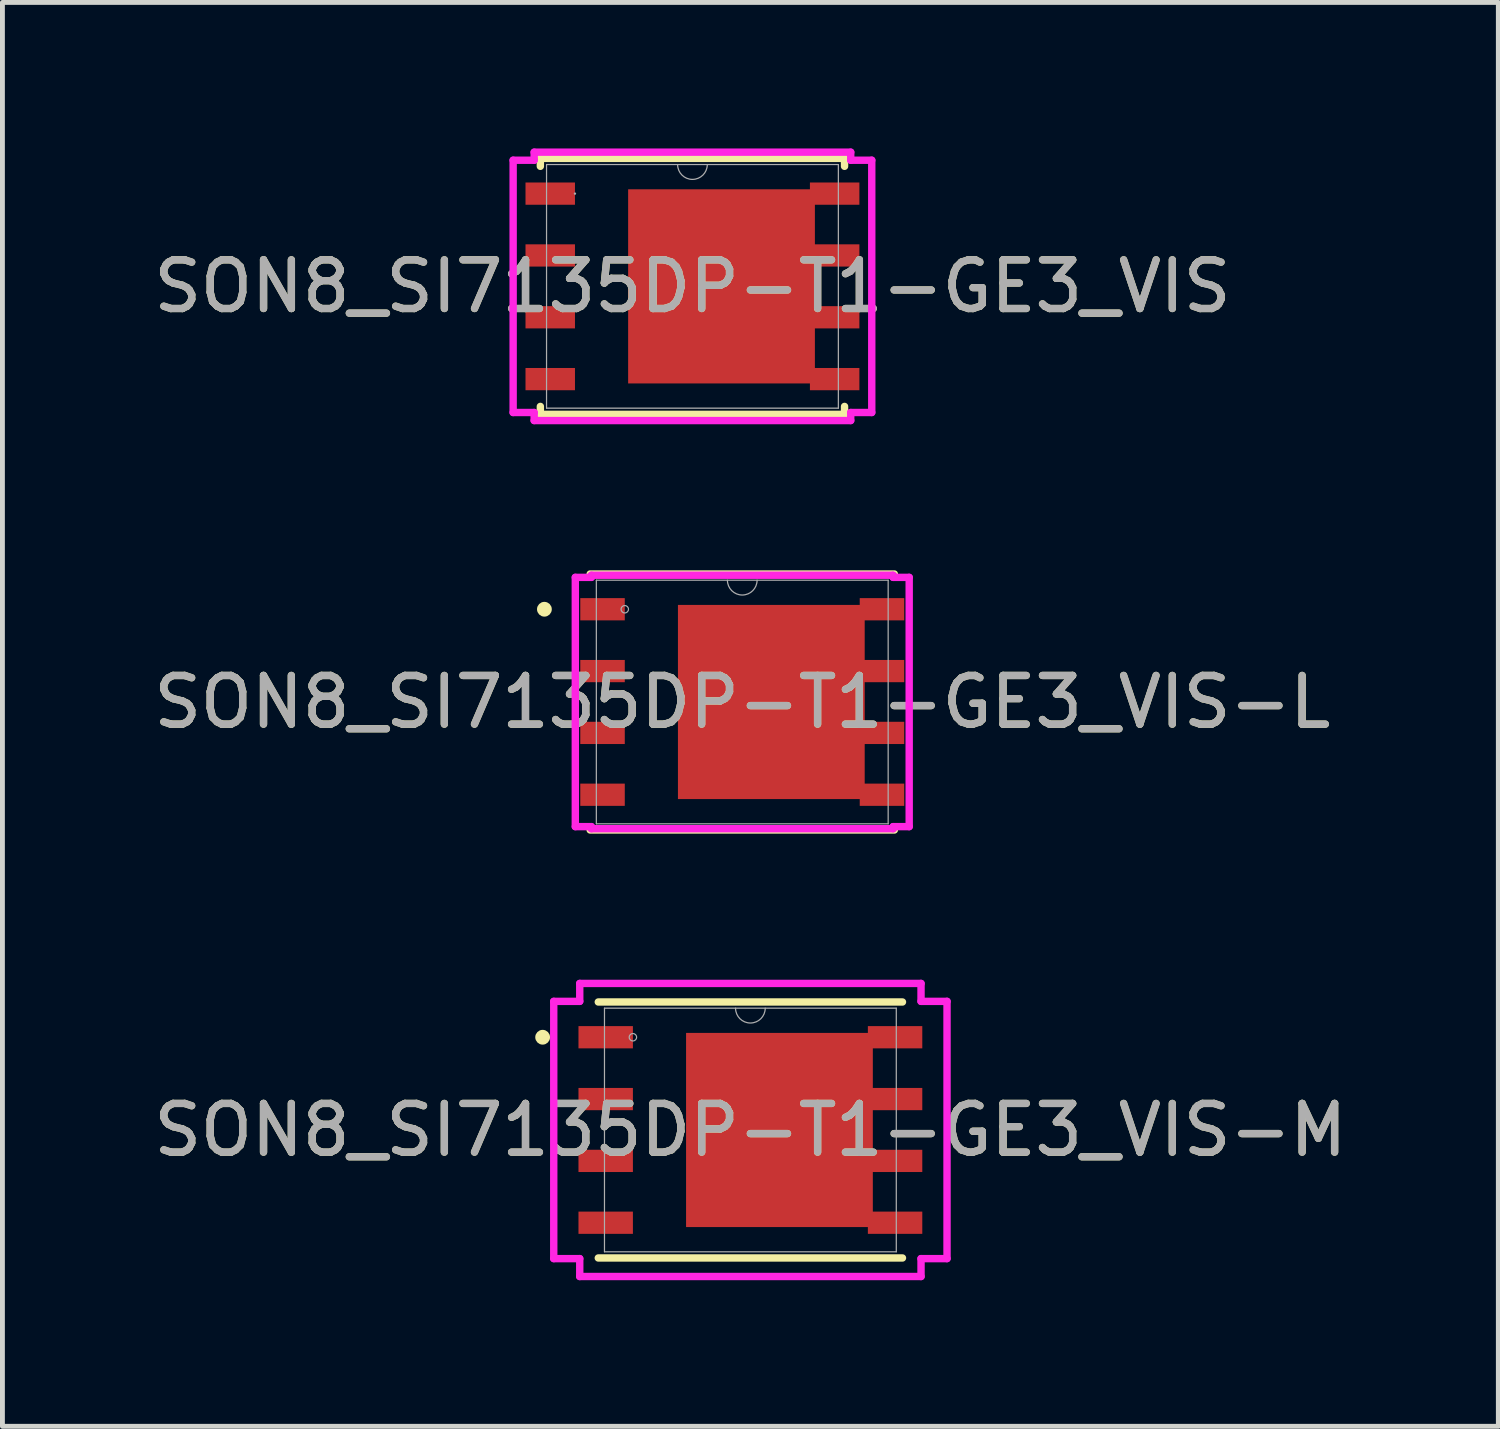
<source format=kicad_pcb>
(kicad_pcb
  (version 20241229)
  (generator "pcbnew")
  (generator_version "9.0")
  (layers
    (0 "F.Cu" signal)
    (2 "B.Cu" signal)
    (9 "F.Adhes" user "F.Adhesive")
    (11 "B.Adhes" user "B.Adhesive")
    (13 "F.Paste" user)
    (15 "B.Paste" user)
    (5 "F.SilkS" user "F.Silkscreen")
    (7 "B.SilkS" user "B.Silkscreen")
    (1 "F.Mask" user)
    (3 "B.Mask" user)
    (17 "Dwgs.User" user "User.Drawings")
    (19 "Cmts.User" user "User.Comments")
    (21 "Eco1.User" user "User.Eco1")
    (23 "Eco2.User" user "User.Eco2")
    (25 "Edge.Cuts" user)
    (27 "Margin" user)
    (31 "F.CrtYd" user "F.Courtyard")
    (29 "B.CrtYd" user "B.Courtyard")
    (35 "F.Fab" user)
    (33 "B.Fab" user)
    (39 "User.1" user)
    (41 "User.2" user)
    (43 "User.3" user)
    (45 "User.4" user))
  (footprint "SON8_SI7135DP-T1-GE3_VIS-L"
    (layer "F.Cu")
    (at 12.196 11.369)
    (property "Reference" "SON8_SI7135DP-T1-GE3_VIS-L" (at 0 0 0) (unlocked yes) (layer "F.SilkS") (effects (font (size 1 1) (thickness 0.15))))
    (attr smd)
    (fp_poly (pts (xy 2.515 -1.994) (xy 2.515 1.994) (xy -1.321 1.994) (xy -1.321 -1.994)) (stroke (width 0) (type solid)) (fill yes) (layer "F.Cu"))
    (fp_line (start -3.124 2.629) (end 3.124 2.629) (stroke (width 0.152) (type solid)) (layer "F.SilkS"))
    (fp_line (start 3.124 -2.629) (end -3.124 -2.629) (stroke (width 0.152) (type solid)) (layer "F.SilkS"))
    (fp_circle (center -4.064 -1.905) (end -3.988 -1.905) (stroke (width 0.152) (type solid)) (fill no) (layer "F.SilkS"))
    (fp_poly (pts (xy -1.221 -1.894) (xy -1.221 -0.765) (xy -0.142 -0.765) (xy -0.142 -1.894)) (stroke (width 0) (type solid)) (fill yes) (layer "F.Paste"))
    (fp_poly (pts (xy -1.221 -0.565) (xy -1.221 0.565) (xy -0.142 0.565) (xy -0.142 -0.565)) (stroke (width 0) (type solid)) (fill yes) (layer "F.Paste"))
    (fp_poly (pts (xy -1.221 0.765) (xy -1.221 1.894) (xy -0.142 1.894) (xy -0.142 0.765)) (stroke (width 0) (type solid)) (fill yes) (layer "F.Paste"))
    (fp_poly (pts (xy 0.058 -1.894) (xy 0.058 -0.765) (xy 1.136 -0.765) (xy 1.136 -1.894)) (stroke (width 0) (type solid)) (fill yes) (layer "F.Paste"))
    (fp_poly (pts (xy 0.058 -0.565) (xy 0.058 0.565) (xy 1.136 0.565) (xy 1.136 -0.565)) (stroke (width 0) (type solid)) (fill yes) (layer "F.Paste"))
    (fp_poly (pts (xy 0.058 0.765) (xy 0.058 1.894) (xy 1.136 1.894) (xy 1.136 0.765)) (stroke (width 0) (type solid)) (fill yes) (layer "F.Paste"))
    (fp_poly (pts (xy 1.336 -1.894) (xy 1.336 -0.765) (xy 2.415 -0.765) (xy 2.415 -1.894)) (stroke (width 0) (type solid)) (fill yes) (layer "F.Paste"))
    (fp_poly (pts (xy 1.336 -0.565) (xy 1.336 0.565) (xy 2.415 0.565) (xy 2.415 -0.565)) (stroke (width 0) (type solid)) (fill yes) (layer "F.Paste"))
    (fp_poly (pts (xy 1.336 0.765) (xy 1.336 1.894) (xy 2.415 1.894) (xy 2.415 0.765)) (stroke (width 0) (type solid)) (fill yes) (layer "F.Paste"))
    (fp_line (start -3.429 -2.56) (end -3.099 -2.56) (stroke (width 0.152) (type solid)) (layer "F.CrtYd"))
    (fp_line (start -3.429 2.56) (end -3.429 -2.56) (stroke (width 0.152) (type solid)) (layer "F.CrtYd"))
    (fp_line (start -3.429 2.56) (end -3.099 2.56) (stroke (width 0.152) (type solid)) (layer "F.CrtYd"))
    (fp_line (start -3.099 -2.603) (end 3.099 -2.603) (stroke (width 0.152) (type solid)) (layer "F.CrtYd"))
    (fp_line (start -3.099 -2.56) (end -3.099 -2.603) (stroke (width 0.152) (type solid)) (layer "F.CrtYd"))
    (fp_line (start -3.099 2.603) (end -3.099 2.56) (stroke (width 0.152) (type solid)) (layer "F.CrtYd"))
    (fp_line (start 3.099 -2.603) (end 3.099 -2.56) (stroke (width 0.152) (type solid)) (layer "F.CrtYd"))
    (fp_line (start 3.099 2.56) (end 3.099 2.603) (stroke (width 0.152) (type solid)) (layer "F.CrtYd"))
    (fp_line (start 3.099 2.603) (end -3.099 2.603) (stroke (width 0.152) (type solid)) (layer "F.CrtYd"))
    (fp_line (start 3.429 -2.56) (end 3.099 -2.56) (stroke (width 0.152) (type solid)) (layer "F.CrtYd"))
    (fp_line (start 3.429 -2.56) (end 3.429 2.56) (stroke (width 0.152) (type solid)) (layer "F.CrtYd"))
    (fp_line (start 3.429 2.56) (end 3.099 2.56) (stroke (width 0.152) (type solid)) (layer "F.CrtYd"))
    (fp_line (start -2.997 -2.502) (end -2.997 2.502) (stroke (width 0.025) (type solid)) (layer "F.Fab"))
    (fp_line (start -2.997 2.502) (end 2.997 2.502) (stroke (width 0.025) (type solid)) (layer "F.Fab"))
    (fp_line (start 2.997 -2.502) (end -2.997 -2.502) (stroke (width 0.025) (type solid)) (layer "F.Fab"))
    (fp_line (start 2.997 2.502) (end 2.997 -2.502) (stroke (width 0.025) (type solid)) (layer "F.Fab"))
    (fp_arc (start 0.3048 -2.5019) (mid 0 -2.1971) (end -0.3048 -2.5019) (stroke (width 0.0254) (type solid)) (layer "F.Fab"))
    (fp_circle (center -2.413 -1.905) (end -2.337 -1.905) (stroke (width 0.025) (type solid)) (fill no) (layer "F.Fab"))
    (fp_text user "${REFERENCE}" (at 0 0 0) (unlocked yes) (layer "F.Fab") (effects (font (size 1 1) (thickness 0.15))))
    (pad "1" smd rect (at -2.87 -1.905) (size 0.914 0.457) (layers "F.Cu" "F.Mask" "F.Paste"))
    (pad "2" smd rect (at -2.87 -0.635) (size 0.914 0.457) (layers "F.Cu" "F.Mask" "F.Paste"))
    (pad "3" smd rect (at -2.87 0.635) (size 0.914 0.457) (layers "F.Cu" "F.Mask" "F.Paste"))
    (pad "4" smd rect (at -2.87 1.905) (size 0.914 0.457) (layers "F.Cu" "F.Mask" "F.Paste"))
    (pad "5" smd rect (at 2.87 1.905) (size 0.914 0.457) (layers "F.Cu" "F.Mask" "F.Paste"))
    (pad "6" smd rect (at 2.87 0.635) (size 0.914 0.457) (layers "F.Cu" "F.Mask" "F.Paste"))
    (pad "7" smd rect (at 2.87 -0.635) (size 0.914 0.457) (layers "F.Cu" "F.Mask" "F.Paste"))
    (pad "8" smd rect (at 2.87 -1.905) (size 0.914 0.457) (layers "F.Cu" "F.Mask" "F.Paste")))
  (footprint "SON8_SI7135DP-T1-GE3_VIS"
    (layer "F.Cu")
    (at 11.173 2.832)
    (property "Reference" "SON8_SI7135DP-T1-GE3_VIS" (at 0 0 0) (unlocked yes) (layer "F.SilkS") (effects (font (size 1 1) (thickness 0.15))))
    (attr smd)
    (fp_poly (pts (xy 2.515 -1.994) (xy 2.515 1.994) (xy -1.321 1.994) (xy -1.321 -1.994)) (stroke (width 0) (type solid)) (fill yes) (layer "F.Cu"))
    (fp_line (start -3.124 -2.629) (end -3.124 -2.466) (stroke (width 0.152) (type solid)) (layer "F.SilkS"))
    (fp_line (start -3.124 2.466) (end -3.124 2.629) (stroke (width 0.152) (type solid)) (layer "F.SilkS"))
    (fp_line (start -3.124 2.629) (end 3.124 2.629) (stroke (width 0.152) (type solid)) (layer "F.SilkS"))
    (fp_line (start 3.124 -2.629) (end -3.124 -2.629) (stroke (width 0.152) (type solid)) (layer "F.SilkS"))
    (fp_line (start 3.124 -2.466) (end 3.124 -2.629) (stroke (width 0.152) (type solid)) (layer "F.SilkS"))
    (fp_line (start 3.124 2.629) (end 3.124 2.466) (stroke (width 0.152) (type solid)) (layer "F.SilkS"))
    (fp_poly (pts (xy -1.221 -1.894) (xy -1.221 -0.765) (xy -0.142 -0.765) (xy -0.142 -1.894)) (stroke (width 0) (type solid)) (fill yes) (layer "F.Paste"))
    (fp_poly (pts (xy -1.221 -0.565) (xy -1.221 0.565) (xy -0.142 0.565) (xy -0.142 -0.565)) (stroke (width 0) (type solid)) (fill yes) (layer "F.Paste"))
    (fp_poly (pts (xy -1.221 0.765) (xy -1.221 1.894) (xy -0.142 1.894) (xy -0.142 0.765)) (stroke (width 0) (type solid)) (fill yes) (layer "F.Paste"))
    (fp_poly (pts (xy 0.058 -1.894) (xy 0.058 -0.765) (xy 1.136 -0.765) (xy 1.136 -1.894)) (stroke (width 0) (type solid)) (fill yes) (layer "F.Paste"))
    (fp_poly (pts (xy 0.058 -0.565) (xy 0.058 0.565) (xy 1.136 0.565) (xy 1.136 -0.565)) (stroke (width 0) (type solid)) (fill yes) (layer "F.Paste"))
    (fp_poly (pts (xy 0.058 0.765) (xy 0.058 1.894) (xy 1.136 1.894) (xy 1.136 0.765)) (stroke (width 0) (type solid)) (fill yes) (layer "F.Paste"))
    (fp_poly (pts (xy 1.336 -1.894) (xy 1.336 -0.765) (xy 2.415 -0.765) (xy 2.415 -1.894)) (stroke (width 0) (type solid)) (fill yes) (layer "F.Paste"))
    (fp_poly (pts (xy 1.336 -0.565) (xy 1.336 0.565) (xy 2.415 0.565) (xy 2.415 -0.565)) (stroke (width 0) (type solid)) (fill yes) (layer "F.Paste"))
    (fp_poly (pts (xy 1.336 0.765) (xy 1.336 1.894) (xy 2.415 1.894) (xy 2.415 0.765)) (stroke (width 0) (type solid)) (fill yes) (layer "F.Paste"))
    (fp_line (start -3.683 -2.591) (end -3.251 -2.591) (stroke (width 0.152) (type solid)) (layer "F.CrtYd"))
    (fp_line (start -3.683 2.591) (end -3.683 -2.591) (stroke (width 0.152) (type solid)) (layer "F.CrtYd"))
    (fp_line (start -3.683 2.591) (end -3.251 2.591) (stroke (width 0.152) (type solid)) (layer "F.CrtYd"))
    (fp_line (start -3.251 -2.756) (end 3.251 -2.756) (stroke (width 0.152) (type solid)) (layer "F.CrtYd"))
    (fp_line (start -3.251 -2.591) (end -3.251 -2.756) (stroke (width 0.152) (type solid)) (layer "F.CrtYd"))
    (fp_line (start -3.251 2.756) (end -3.251 2.591) (stroke (width 0.152) (type solid)) (layer "F.CrtYd"))
    (fp_line (start 3.251 -2.756) (end 3.251 -2.591) (stroke (width 0.152) (type solid)) (layer "F.CrtYd"))
    (fp_line (start 3.251 2.591) (end 3.251 2.756) (stroke (width 0.152) (type solid)) (layer "F.CrtYd"))
    (fp_line (start 3.251 2.756) (end -3.251 2.756) (stroke (width 0.152) (type solid)) (layer "F.CrtYd"))
    (fp_line (start 3.683 -2.591) (end 3.251 -2.591) (stroke (width 0.152) (type solid)) (layer "F.CrtYd"))
    (fp_line (start 3.683 -2.591) (end 3.683 2.591) (stroke (width 0.152) (type solid)) (layer "F.CrtYd"))
    (fp_line (start 3.683 2.591) (end 3.251 2.591) (stroke (width 0.152) (type solid)) (layer "F.CrtYd"))
    (fp_line (start -2.997 -2.502) (end -2.997 2.502) (stroke (width 0.025) (type solid)) (layer "F.Fab"))
    (fp_line (start -2.997 2.502) (end 2.997 2.502) (stroke (width 0.025) (type solid)) (layer "F.Fab"))
    (fp_line (start 2.997 -2.502) (end -2.997 -2.502) (stroke (width 0.025) (type solid)) (layer "F.Fab"))
    (fp_line (start 2.997 2.502) (end 2.997 -2.502) (stroke (width 0.025) (type solid)) (layer "F.Fab"))
    (fp_arc (start 0.3048 -2.5019) (mid 0 -2.1971) (end -0.3048 -2.5019) (stroke (width 0.0254) (type solid)) (layer "F.Fab"))
    (fp_circle (center -2.413 -1.905) (end -2.413 -1.905) (stroke (width 0.025) (type solid)) (fill no) (layer "F.Fab"))
    (fp_text user "${REFERENCE}" (at 0 0 0) (unlocked yes) (layer "F.Fab") (effects (font (size 1 1) (thickness 0.15))))
    (pad "1" smd rect (at -2.921 -1.905) (size 1.016 0.457) (layers "F.Cu" "F.Mask" "F.Paste"))
    (pad "2" smd rect (at -2.921 -0.635) (size 1.016 0.457) (layers "F.Cu" "F.Mask" "F.Paste"))
    (pad "3" smd rect (at -2.921 0.635) (size 1.016 0.457) (layers "F.Cu" "F.Mask" "F.Paste"))
    (pad "4" smd rect (at -2.921 1.905) (size 1.016 0.457) (layers "F.Cu" "F.Mask" "F.Paste"))
    (pad "5" smd rect (at 2.921 1.905) (size 1.016 0.457) (layers "F.Cu" "F.Mask" "F.Paste"))
    (pad "6" smd rect (at 2.921 0.635) (size 1.016 0.457) (layers "F.Cu" "F.Mask" "F.Paste"))
    (pad "7" smd rect (at 2.921 -0.635) (size 1.016 0.457) (layers "F.Cu" "F.Mask" "F.Paste"))
    (pad "8" smd rect (at 2.921 -1.905) (size 1.016 0.457) (layers "F.Cu" "F.Mask" "F.Paste")))
  (footprint "SON8_SI7135DP-T1-GE3_VIS-M"
    (layer "F.Cu")
    (at 12.363 20.16)
    (property "Reference" "SON8_SI7135DP-T1-GE3_VIS-M" (at 0 0 0) (unlocked yes) (layer "F.SilkS") (effects (font (size 1 1) (thickness 0.15))))
    (attr smd)
    (fp_poly (pts (xy 2.515 -1.994) (xy 2.515 1.994) (xy -1.321 1.994) (xy -1.321 -1.994)) (stroke (width 0) (type solid)) (fill yes) (layer "F.Cu"))
    (fp_line (start -3.124 2.629) (end 3.124 2.629) (stroke (width 0.152) (type solid)) (layer "F.SilkS"))
    (fp_line (start 3.124 -2.629) (end -3.124 -2.629) (stroke (width 0.152) (type solid)) (layer "F.SilkS"))
    (fp_circle (center -4.267 -1.905) (end -4.191 -1.905) (stroke (width 0.152) (type solid)) (fill no) (layer "F.SilkS"))
    (fp_poly (pts (xy -1.221 -1.894) (xy -1.221 -0.765) (xy -0.142 -0.765) (xy -0.142 -1.894)) (stroke (width 0) (type solid)) (fill yes) (layer "F.Paste"))
    (fp_poly (pts (xy -1.221 -0.565) (xy -1.221 0.565) (xy -0.142 0.565) (xy -0.142 -0.565)) (stroke (width 0) (type solid)) (fill yes) (layer "F.Paste"))
    (fp_poly (pts (xy -1.221 0.765) (xy -1.221 1.894) (xy -0.142 1.894) (xy -0.142 0.765)) (stroke (width 0) (type solid)) (fill yes) (layer "F.Paste"))
    (fp_poly (pts (xy 0.058 -1.894) (xy 0.058 -0.765) (xy 1.136 -0.765) (xy 1.136 -1.894)) (stroke (width 0) (type solid)) (fill yes) (layer "F.Paste"))
    (fp_poly (pts (xy 0.058 -0.565) (xy 0.058 0.565) (xy 1.136 0.565) (xy 1.136 -0.565)) (stroke (width 0) (type solid)) (fill yes) (layer "F.Paste"))
    (fp_poly (pts (xy 0.058 0.765) (xy 0.058 1.894) (xy 1.136 1.894) (xy 1.136 0.765)) (stroke (width 0) (type solid)) (fill yes) (layer "F.Paste"))
    (fp_poly (pts (xy 1.336 -1.894) (xy 1.336 -0.765) (xy 2.415 -0.765) (xy 2.415 -1.894)) (stroke (width 0) (type solid)) (fill yes) (layer "F.Paste"))
    (fp_poly (pts (xy 1.336 -0.565) (xy 1.336 0.565) (xy 2.415 0.565) (xy 2.415 -0.565)) (stroke (width 0) (type solid)) (fill yes) (layer "F.Paste"))
    (fp_poly (pts (xy 1.336 0.765) (xy 1.336 1.894) (xy 2.415 1.894) (xy 2.415 0.765)) (stroke (width 0) (type solid)) (fill yes) (layer "F.Paste"))
    (fp_line (start -4.039 -2.642) (end -3.505 -2.642) (stroke (width 0.152) (type solid)) (layer "F.CrtYd"))
    (fp_line (start -4.039 2.642) (end -4.039 -2.642) (stroke (width 0.152) (type solid)) (layer "F.CrtYd"))
    (fp_line (start -4.039 2.642) (end -3.505 2.642) (stroke (width 0.152) (type solid)) (layer "F.CrtYd"))
    (fp_line (start -3.505 -3.01) (end 3.505 -3.01) (stroke (width 0.152) (type solid)) (layer "F.CrtYd"))
    (fp_line (start -3.505 -2.642) (end -3.505 -3.01) (stroke (width 0.152) (type solid)) (layer "F.CrtYd"))
    (fp_line (start -3.505 3.01) (end -3.505 2.642) (stroke (width 0.152) (type solid)) (layer "F.CrtYd"))
    (fp_line (start 3.505 -3.01) (end 3.505 -2.642) (stroke (width 0.152) (type solid)) (layer "F.CrtYd"))
    (fp_line (start 3.505 2.642) (end 3.505 3.01) (stroke (width 0.152) (type solid)) (layer "F.CrtYd"))
    (fp_line (start 3.505 3.01) (end -3.505 3.01) (stroke (width 0.152) (type solid)) (layer "F.CrtYd"))
    (fp_line (start 4.039 -2.642) (end 3.505 -2.642) (stroke (width 0.152) (type solid)) (layer "F.CrtYd"))
    (fp_line (start 4.039 -2.642) (end 4.039 2.642) (stroke (width 0.152) (type solid)) (layer "F.CrtYd"))
    (fp_line (start 4.039 2.642) (end 3.505 2.642) (stroke (width 0.152) (type solid)) (layer "F.CrtYd"))
    (fp_line (start -2.997 -2.502) (end -2.997 2.502) (stroke (width 0.025) (type solid)) (layer "F.Fab"))
    (fp_line (start -2.997 2.502) (end 2.997 2.502) (stroke (width 0.025) (type solid)) (layer "F.Fab"))
    (fp_line (start 2.997 -2.502) (end -2.997 -2.502) (stroke (width 0.025) (type solid)) (layer "F.Fab"))
    (fp_line (start 2.997 2.502) (end 2.997 -2.502) (stroke (width 0.025) (type solid)) (layer "F.Fab"))
    (fp_arc (start 0.3048 -2.5019) (mid 0 -2.1971) (end -0.3048 -2.5019) (stroke (width 0.0254) (type solid)) (layer "F.Fab"))
    (fp_circle (center -2.413 -1.905) (end -2.337 -1.905) (stroke (width 0.025) (type solid)) (fill no) (layer "F.Fab"))
    (fp_text user "${REFERENCE}" (at 0 0 0) (unlocked yes) (layer "F.Fab") (effects (font (size 1 1) (thickness 0.15))))
    (pad "1" smd rect (at -2.972 -1.905) (size 1.118 0.457) (layers "F.Cu" "F.Mask" "F.Paste"))
    (pad "2" smd rect (at -2.972 -0.635) (size 1.118 0.457) (layers "F.Cu" "F.Mask" "F.Paste"))
    (pad "3" smd rect (at -2.972 0.635) (size 1.118 0.457) (layers "F.Cu" "F.Mask" "F.Paste"))
    (pad "4" smd rect (at -2.972 1.905) (size 1.118 0.457) (layers "F.Cu" "F.Mask" "F.Paste"))
    (pad "5" smd rect (at 2.972 1.905) (size 1.118 0.457) (layers "F.Cu" "F.Mask" "F.Paste"))
    (pad "6" smd rect (at 2.972 0.635) (size 1.118 0.457) (layers "F.Cu" "F.Mask" "F.Paste"))
    (pad "7" smd rect (at 2.972 -0.635) (size 1.118 0.457) (layers "F.Cu" "F.Mask" "F.Paste"))
    (pad "8" smd rect (at 2.972 -1.905) (size 1.118 0.457) (layers "F.Cu" "F.Mask" "F.Paste")))
  (gr_rect
    (start -3 -3)
    (end 27.726 26.247)
    (stroke (width 0.1) (type default))
    (fill no)
    (layer "Edge.Cuts")))
</source>
